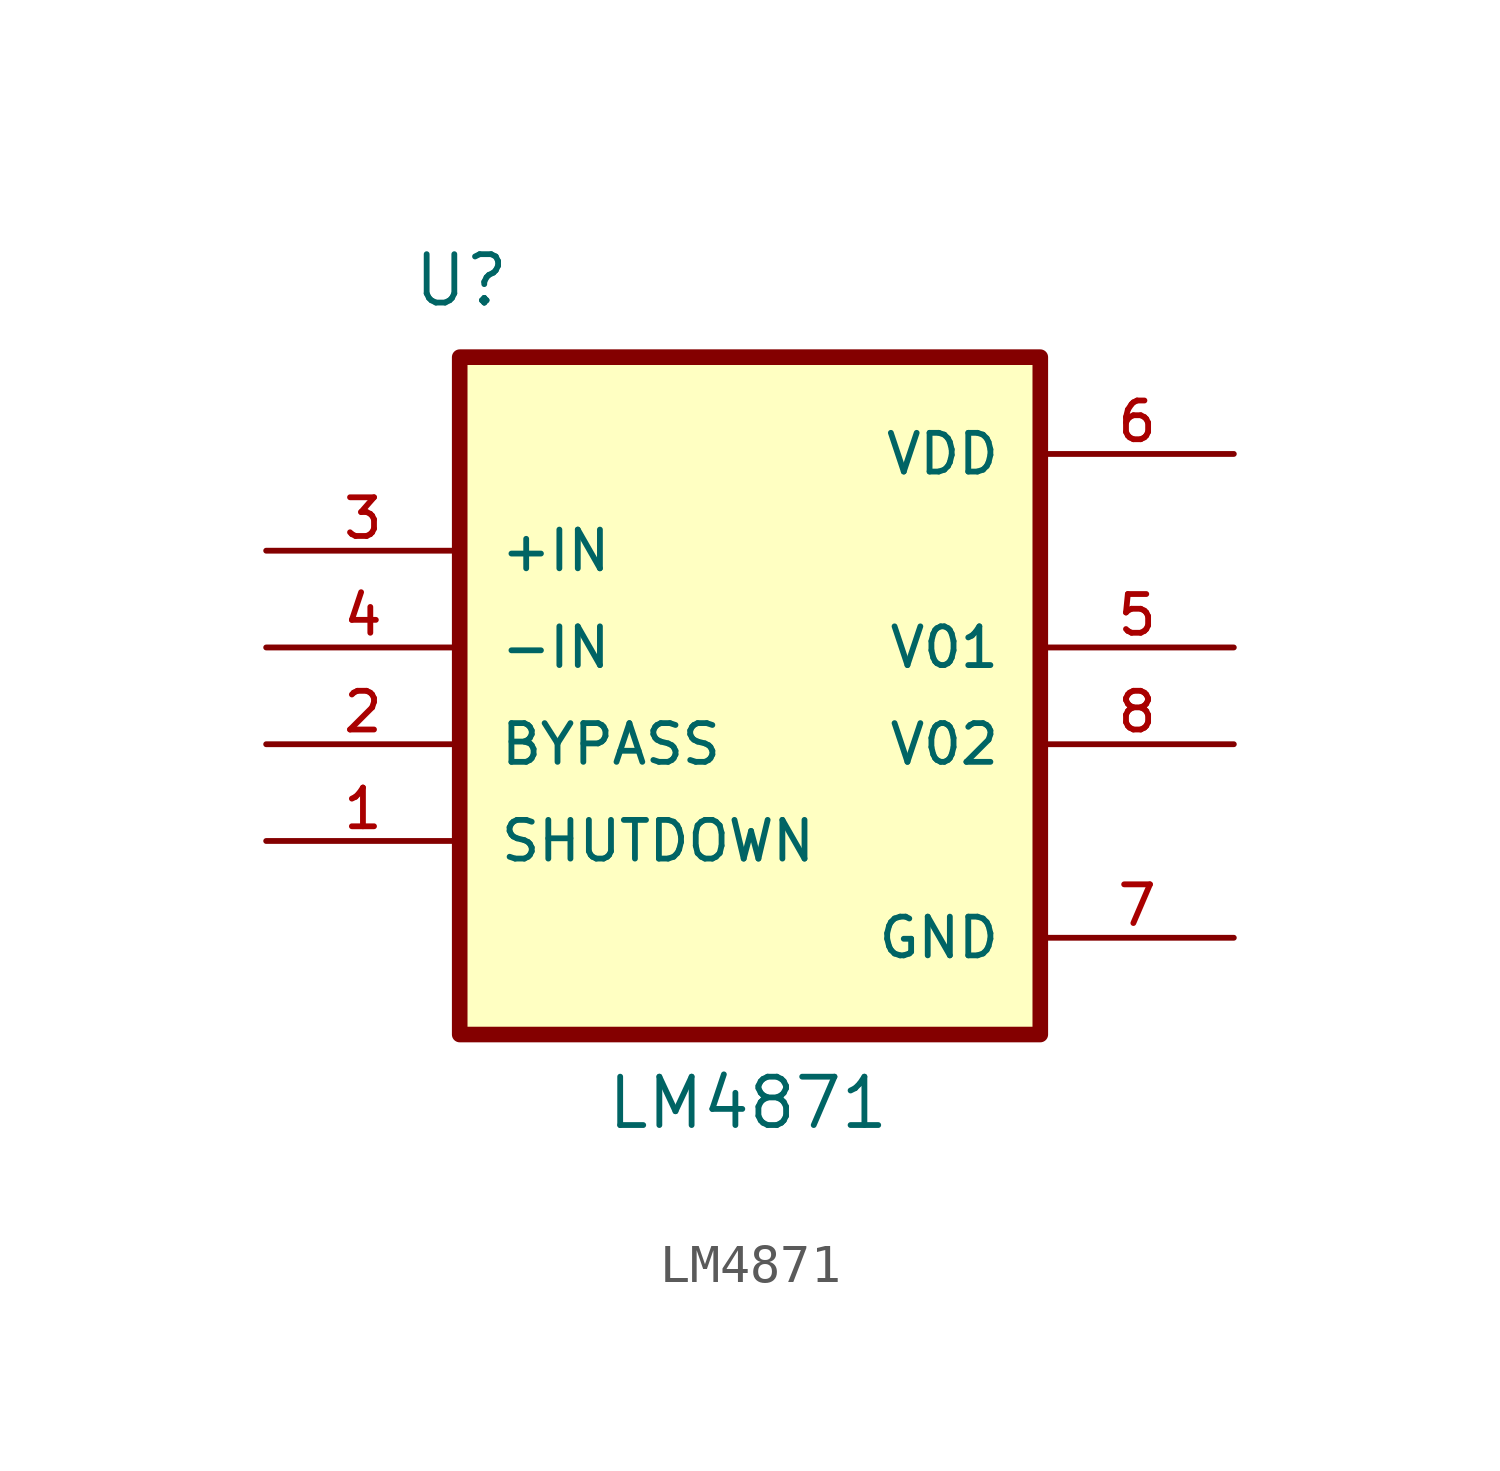
<source format=kicad_sym>
(kicad_symbol_lib
  (version 20220914)
  (generator kicad_symbol_editor)
  (symbol "LM4871"
    (pin_names
      (offset 1.016))
    (property "Reference" "U"
      (at -8.89 10.16 0)
      (effects (font (size 1.27 1.27)) (justify left bottom)))
    (property "Value" "LM4871"
      (at -3.81 -11.43 0)
      (effects (font (size 1.27 1.27)) (justify left bottom)))
    (symbol "LM4871_0_0"
      (rectangle (start -7.62 8.89) (end 7.62 -8.89) (stroke (width 0.41) (type default)) (fill (type background)))
      (pin input line (at -12.7 -3.81 0) (length 5.08) (name "SHUTDOWN" (effects (font (size 1.016 1.016)))) (number "1" (effects (font (size 1.016 1.016)))))
      (pin input line (at -12.7 -1.27 0) (length 5.08) (name "BYPASS" (effects (font (size 1.016 1.016)))) (number "2" (effects (font (size 1.016 1.016)))))
      (pin input line (at -12.7 3.81 0) (length 5.08) (name "+IN" (effects (font (size 1.016 1.016)))) (number "3" (effects (font (size 1.016 1.016)))))
      (pin input line (at -12.7 1.27 0) (length 5.08) (name "-IN" (effects (font (size 1.016 1.016)))) (number "4" (effects (font (size 1.016 1.016)))))
      (pin output line (at 12.7 1.27 180) (length 5.08) (name "V01" (effects (font (size 1.016 1.016)))) (number "5" (effects (font (size 1.016 1.016)))))
      (pin power_in line (at 12.7 6.35 180) (length 5.08) (name "VDD" (effects (font (size 1.016 1.016)))) (number "6" (effects (font (size 1.016 1.016)))))
      (pin power_in line (at 12.7 -6.35 180) (length 5.08) (name "GND" (effects (font (size 1.016 1.016)))) (number "7" (effects (font (size 1.016 1.016)))))
      (pin output line (at 12.7 -1.27 180) (length 5.08) (name "V02" (effects (font (size 1.016 1.016)))) (number "8" (effects (font (size 1.016 1.016))))))))
</source>
